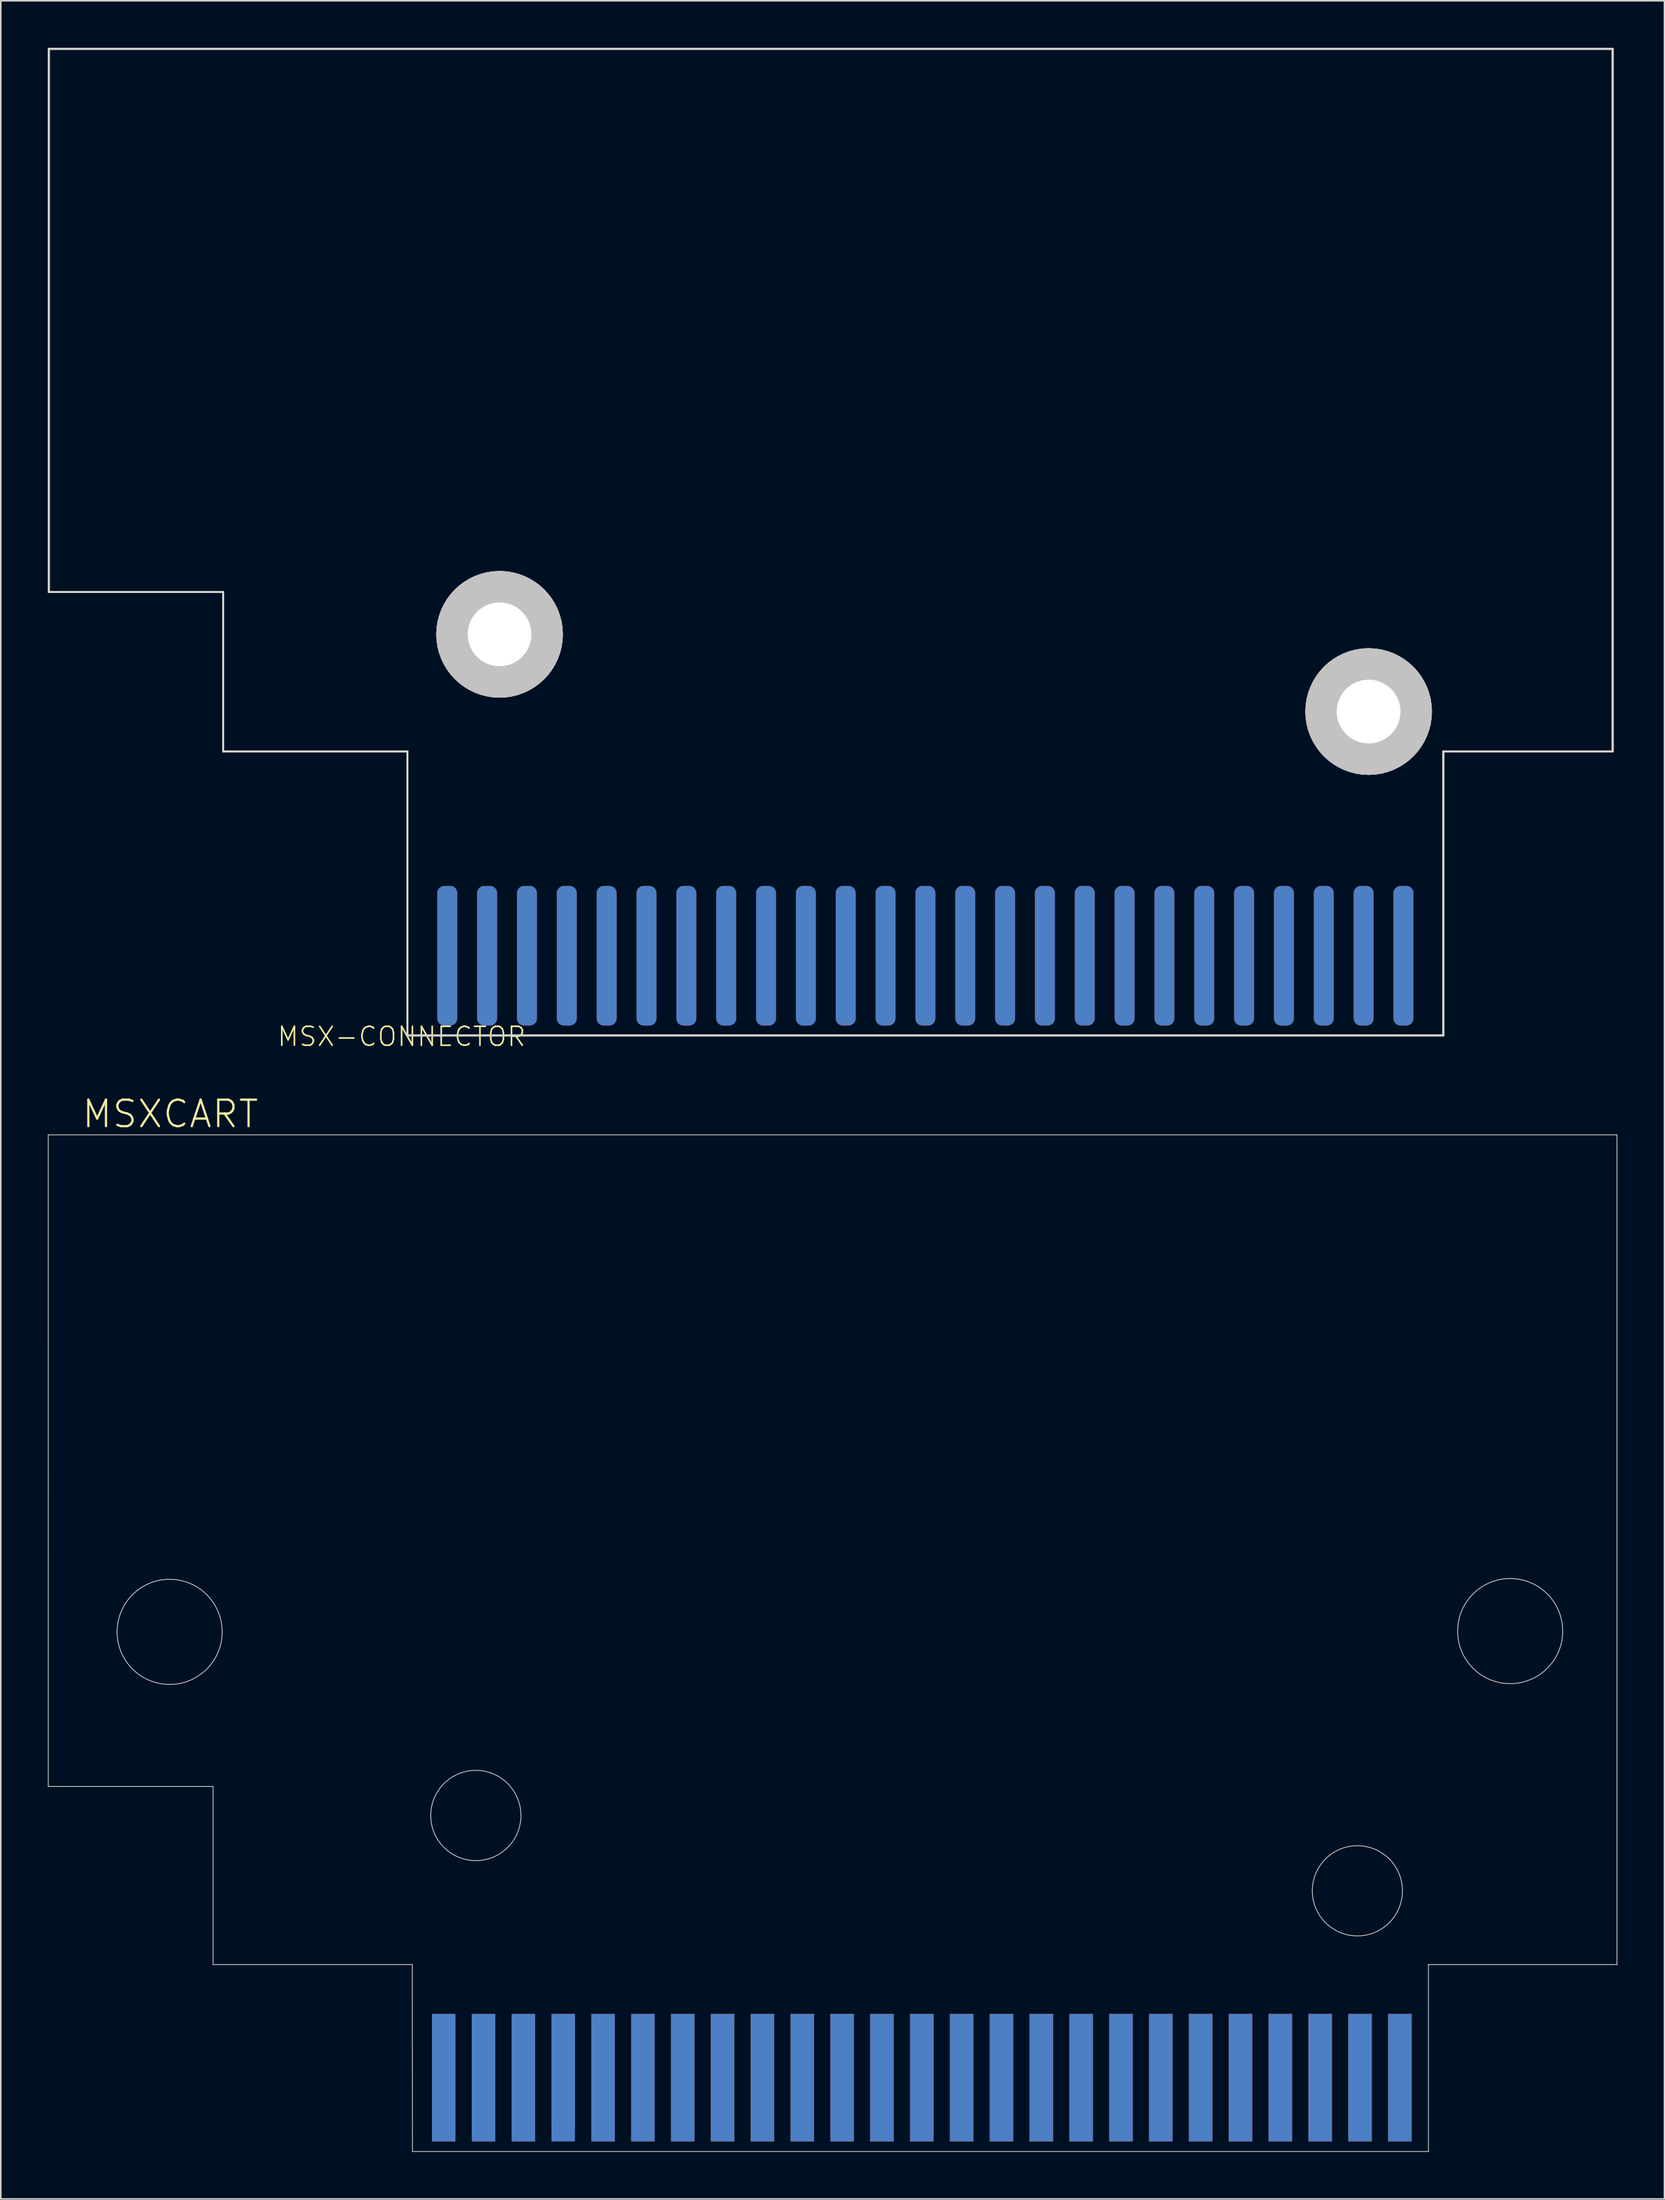
<source format=kicad_pcb>
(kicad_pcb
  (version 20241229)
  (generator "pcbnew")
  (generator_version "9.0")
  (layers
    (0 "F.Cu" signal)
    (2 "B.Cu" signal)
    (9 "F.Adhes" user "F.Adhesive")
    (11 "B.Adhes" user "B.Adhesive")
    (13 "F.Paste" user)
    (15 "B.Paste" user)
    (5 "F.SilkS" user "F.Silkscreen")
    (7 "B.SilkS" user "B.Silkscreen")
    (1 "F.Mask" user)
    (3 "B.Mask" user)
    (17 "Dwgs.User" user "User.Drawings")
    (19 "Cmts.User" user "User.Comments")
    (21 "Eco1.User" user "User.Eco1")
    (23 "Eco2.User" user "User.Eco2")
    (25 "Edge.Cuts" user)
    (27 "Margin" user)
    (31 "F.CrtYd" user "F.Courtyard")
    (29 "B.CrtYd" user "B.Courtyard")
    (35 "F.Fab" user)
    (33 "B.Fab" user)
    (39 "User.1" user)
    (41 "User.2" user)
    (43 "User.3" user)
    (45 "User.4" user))
  (footprint "MSX-CONNECTOR"
    (layer "F.Cu")
    (at 55.944 61.023)
    (property "Reference" "MSX-CONNECTOR" (at -25.4 1.27 0) (layer "F.SilkS") (effects (font (size 1.206 1.206) (thickness 0.102)) (justify right top)))
    (attr through_hole)
    (fp_circle (center -27.146 -23.654) (end -26.922 -23.654) (stroke (width 3.81) (type solid)) (fill no) (layer "Dwgs.User"))
    (fp_circle (center -27.146 -23.654) (end -26.922 -23.654) (stroke (width 3.81) (type solid)) (fill no) (layer "Dwgs.User"))
    (fp_circle (center -27.146 -23.654) (end -26.922 -23.654) (stroke (width 3.81) (type solid)) (fill no) (layer "Dwgs.User"))
    (fp_circle (center -27.146 -23.654) (end -25.138 -23.654) (stroke (width 0.127) (type solid)) (fill no) (layer "Dwgs.User"))
    (fp_circle (center 28.258 -18.733) (end 28.482 -18.733) (stroke (width 3.81) (type solid)) (fill no) (layer "Dwgs.User"))
    (fp_circle (center 28.258 -18.733) (end 28.482 -18.733) (stroke (width 3.81) (type solid)) (fill no) (layer "Dwgs.User"))
    (fp_circle (center 28.258 -18.733) (end 28.482 -18.733) (stroke (width 3.81) (type solid)) (fill no) (layer "Dwgs.User"))
    (fp_circle (center 28.258 -18.733) (end 30.266 -18.733) (stroke (width 0.127) (type solid)) (fill no) (layer "Dwgs.User"))
    (fp_line (start -55.88 -60.96) (end -55.88 -26.352) (stroke (width 0.127) (type solid)) (layer "Edge.Cuts"))
    (fp_line (start -55.88 -60.96) (end -55.88 -26.352) (stroke (width 0.127) (type solid)) (layer "Edge.Cuts"))
    (fp_line (start -55.88 -26.352) (end -44.767 -26.352) (stroke (width 0.127) (type solid)) (layer "Edge.Cuts"))
    (fp_line (start -44.767 -26.352) (end -55.88 -26.352) (stroke (width 0.127) (type solid)) (layer "Edge.Cuts"))
    (fp_line (start -44.767 -26.352) (end -44.767 -16.192) (stroke (width 0.127) (type solid)) (layer "Edge.Cuts"))
    (fp_line (start -44.767 -16.192) (end -44.767 -26.352) (stroke (width 0.127) (type solid)) (layer "Edge.Cuts"))
    (fp_line (start -44.767 -16.192) (end -33.02 -16.192) (stroke (width 0.127) (type solid)) (layer "Edge.Cuts"))
    (fp_line (start -33.02 -16.192) (end -44.767 -16.192) (stroke (width 0.127) (type solid)) (layer "Edge.Cuts"))
    (fp_line (start -33.02 -16.192) (end -33.02 1.905) (stroke (width 0.127) (type solid)) (layer "Edge.Cuts"))
    (fp_line (start -33.02 1.905) (end -33.02 -16.192) (stroke (width 0.127) (type solid)) (layer "Edge.Cuts"))
    (fp_line (start -33.02 1.905) (end 33.02 1.905) (stroke (width 0.127) (type solid)) (layer "Edge.Cuts"))
    (fp_line (start 33.02 -16.192) (end 43.815 -16.192) (stroke (width 0.127) (type solid)) (layer "Edge.Cuts"))
    (fp_line (start 33.02 -16.192) (end 43.815 -16.192) (stroke (width 0.127) (type solid)) (layer "Edge.Cuts"))
    (fp_line (start 33.02 1.905) (end -33.02 1.905) (stroke (width 0.127) (type solid)) (layer "Edge.Cuts"))
    (fp_line (start 33.02 1.905) (end 33.02 -16.192) (stroke (width 0.127) (type solid)) (layer "Edge.Cuts"))
    (fp_line (start 33.02 1.905) (end 33.02 -16.192) (stroke (width 0.127) (type solid)) (layer "Edge.Cuts"))
    (fp_line (start 43.815 -60.96) (end -55.88 -60.96) (stroke (width 0.127) (type solid)) (layer "Edge.Cuts"))
    (fp_line (start 43.815 -60.96) (end -55.88 -60.96) (stroke (width 0.127) (type solid)) (layer "Edge.Cuts"))
    (fp_line (start 43.815 -16.192) (end 43.815 -60.96) (stroke (width 0.127) (type solid)) (layer "Edge.Cuts"))
    (fp_line (start 43.815 -16.192) (end 43.815 -60.96) (stroke (width 0.127) (type solid)) (layer "Edge.Cuts"))
    (pad "" np_thru_hole circle (at -27.146 -23.654) (size 4.064 4.064) (drill 4.064) (layers "*.Cu" "*.Mask"))
    (pad "" np_thru_hole circle (at 28.258 -18.733) (size 4.064 4.064) (drill 4.064) (layers "*.Cu" "*.Mask"))
    (pad "1" smd roundrect (at 30.48 -3.175 90) (size 8.89 1.27) (layers "B.Cu" "B.Mask" "B.Paste") (roundrect_rratio 0.35))
    (pad "2" smd roundrect (at 30.48 -3.175 90) (size 8.89 1.27) (layers "F.Cu" "F.Mask" "F.Paste") (roundrect_rratio 0.35))
    (pad "3" smd roundrect (at 27.94 -3.175 90) (size 8.89 1.27) (layers "B.Cu" "B.Mask" "B.Paste") (roundrect_rratio 0.35))
    (pad "4" smd roundrect (at 27.94 -3.175 90) (size 8.89 1.27) (layers "F.Cu" "F.Mask" "F.Paste") (roundrect_rratio 0.35))
    (pad "5" smd roundrect (at 25.4 -3.175 90) (size 8.89 1.27) (layers "B.Cu" "B.Mask" "B.Paste") (roundrect_rratio 0.35))
    (pad "6" smd roundrect (at 25.4 -3.175 90) (size 8.89 1.27) (layers "F.Cu" "F.Mask" "F.Paste") (roundrect_rratio 0.35))
    (pad "7" smd roundrect (at 22.86 -3.175 90) (size 8.89 1.27) (layers "B.Cu" "B.Mask" "B.Paste") (roundrect_rratio 0.35))
    (pad "8" smd roundrect (at 22.86 -3.175 90) (size 8.89 1.27) (layers "F.Cu" "F.Mask" "F.Paste") (roundrect_rratio 0.35))
    (pad "9" smd roundrect (at 20.32 -3.175 90) (size 8.89 1.27) (layers "B.Cu" "B.Mask" "B.Paste") (roundrect_rratio 0.35))
    (pad "10" smd roundrect (at 20.32 -3.175 90) (size 8.89 1.27) (layers "F.Cu" "F.Mask" "F.Paste") (roundrect_rratio 0.35))
    (pad "11" smd roundrect (at 17.78 -3.175 90) (size 8.89 1.27) (layers "B.Cu" "B.Mask" "B.Paste") (roundrect_rratio 0.35))
    (pad "12" smd roundrect (at 17.78 -3.175 90) (size 8.89 1.27) (layers "F.Cu" "F.Mask" "F.Paste") (roundrect_rratio 0.35))
    (pad "13" smd roundrect (at 15.24 -3.175 90) (size 8.89 1.27) (layers "B.Cu" "B.Mask" "B.Paste") (roundrect_rratio 0.35))
    (pad "14" smd roundrect (at 15.24 -3.175 90) (size 8.89 1.27) (layers "F.Cu" "F.Mask" "F.Paste") (roundrect_rratio 0.35))
    (pad "15" smd roundrect (at 12.7 -3.175 90) (size 8.89 1.27) (layers "B.Cu" "B.Mask" "B.Paste") (roundrect_rratio 0.35))
    (pad "16" smd roundrect (at 12.7 -3.175 90) (size 8.89 1.27) (layers "F.Cu" "F.Mask" "F.Paste") (roundrect_rratio 0.35))
    (pad "17" smd roundrect (at 10.16 -3.175 90) (size 8.89 1.27) (layers "B.Cu" "B.Mask" "B.Paste") (roundrect_rratio 0.35))
    (pad "18" smd roundrect (at 10.16 -3.175 270) (size 8.89 1.27) (layers "F.Cu" "F.Mask" "F.Paste") (roundrect_rratio 0.35))
    (pad "19" smd roundrect (at 7.62 -3.175 90) (size 8.89 1.27) (layers "B.Cu" "B.Mask" "B.Paste") (roundrect_rratio 0.35))
    (pad "20" smd roundrect (at 7.62 -3.175 270) (size 8.89 1.27) (layers "F.Cu" "F.Mask" "F.Paste") (roundrect_rratio 0.35))
    (pad "21" smd roundrect (at 5.08 -3.175 90) (size 8.89 1.27) (layers "B.Cu" "B.Mask" "B.Paste") (roundrect_rratio 0.35))
    (pad "22" smd roundrect (at 5.08 -3.175 270) (size 8.89 1.27) (layers "F.Cu" "F.Mask" "F.Paste") (roundrect_rratio 0.35))
    (pad "23" smd roundrect (at 2.54 -3.175 90) (size 8.89 1.27) (layers "B.Cu" "B.Mask" "B.Paste") (roundrect_rratio 0.35))
    (pad "24" smd roundrect (at 2.54 -3.175 270) (size 8.89 1.27) (layers "F.Cu" "F.Mask" "F.Paste") (roundrect_rratio 0.35))
    (pad "25" smd roundrect (at 0 -3.175 90) (size 8.89 1.27) (layers "B.Cu" "B.Mask" "B.Paste") (roundrect_rratio 0.35))
    (pad "26" smd roundrect (at 0 -3.175 270) (size 8.89 1.27) (layers "F.Cu" "F.Mask" "F.Paste") (roundrect_rratio 0.35))
    (pad "27" smd roundrect (at -2.54 -3.175 90) (size 8.89 1.27) (layers "B.Cu" "B.Mask" "B.Paste") (roundrect_rratio 0.35))
    (pad "28" smd roundrect (at -2.54 -3.175 270) (size 8.89 1.27) (layers "F.Cu" "F.Mask" "F.Paste") (roundrect_rratio 0.35))
    (pad "29" smd roundrect (at -5.08 -3.175 90) (size 8.89 1.27) (layers "B.Cu" "B.Mask" "B.Paste") (roundrect_rratio 0.35))
    (pad "30" smd roundrect (at -5.08 -3.175 270) (size 8.89 1.27) (layers "F.Cu" "F.Mask" "F.Paste") (roundrect_rratio 0.35))
    (pad "31" smd roundrect (at -7.62 -3.175 90) (size 8.89 1.27) (layers "B.Cu" "B.Mask" "B.Paste") (roundrect_rratio 0.35))
    (pad "32" smd roundrect (at -7.62 -3.175 270) (size 8.89 1.27) (layers "F.Cu" "F.Mask" "F.Paste") (roundrect_rratio 0.35))
    (pad "33" smd roundrect (at -10.16 -3.175 90) (size 8.89 1.27) (layers "B.Cu" "B.Mask" "B.Paste") (roundrect_rratio 0.35))
    (pad "34" smd roundrect (at -10.16 -3.175 270) (size 8.89 1.27) (layers "F.Cu" "F.Mask" "F.Paste") (roundrect_rratio 0.35))
    (pad "35" smd roundrect (at -12.7 -3.175 90) (size 8.89 1.27) (layers "B.Cu" "B.Mask" "B.Paste") (roundrect_rratio 0.35))
    (pad "36" smd roundrect (at -12.7 -3.175 270) (size 8.89 1.27) (layers "F.Cu" "F.Mask" "F.Paste") (roundrect_rratio 0.35))
    (pad "37" smd roundrect (at -15.24 -3.175 90) (size 8.89 1.27) (layers "B.Cu" "B.Mask" "B.Paste") (roundrect_rratio 0.35))
    (pad "38" smd roundrect (at -15.24 -3.175 90) (size 8.89 1.27) (layers "F.Cu" "F.Mask" "F.Paste") (roundrect_rratio 0.35))
    (pad "39" smd roundrect (at -17.78 -3.175 90) (size 8.89 1.27) (layers "B.Cu" "B.Mask" "B.Paste") (roundrect_rratio 0.35))
    (pad "40" smd roundrect (at -17.78 -3.175 90) (size 8.89 1.27) (layers "F.Cu" "F.Mask" "F.Paste") (roundrect_rratio 0.35))
    (pad "41" smd roundrect (at -20.32 -3.175 90) (size 8.89 1.27) (layers "B.Cu" "B.Mask" "B.Paste") (roundrect_rratio 0.35))
    (pad "42" smd roundrect (at -20.32 -3.175 90) (size 8.89 1.27) (layers "F.Cu" "F.Mask" "F.Paste") (roundrect_rratio 0.35))
    (pad "43" smd roundrect (at -22.86 -3.175 90) (size 8.89 1.27) (layers "B.Cu" "B.Mask" "B.Paste") (roundrect_rratio 0.35))
    (pad "44" smd roundrect (at -22.86 -3.175 90) (size 8.89 1.27) (layers "F.Cu" "F.Mask" "F.Paste") (roundrect_rratio 0.35))
    (pad "45" smd roundrect (at -25.4 -3.175 90) (size 8.89 1.27) (layers "B.Cu" "B.Mask" "B.Paste") (roundrect_rratio 0.35))
    (pad "46" smd roundrect (at -25.4 -3.175 90) (size 8.89 1.27) (layers "F.Cu" "F.Mask" "F.Paste") (roundrect_rratio 0.35))
    (pad "47" smd roundrect (at -27.94 -3.175 90) (size 8.89 1.27) (layers "B.Cu" "B.Mask" "B.Paste") (roundrect_rratio 0.35))
    (pad "48" smd roundrect (at -27.94 -3.175 90) (size 8.89 1.27) (layers "F.Cu" "F.Mask" "F.Paste") (roundrect_rratio 0.35))
    (pad "49" smd roundrect (at -30.48 -3.175 90) (size 8.89 1.27) (layers "B.Cu" "B.Mask" "B.Paste") (roundrect_rratio 0.35))
    (pad "50" smd roundrect (at -30.48 -3.175 90) (size 8.89 1.27) (layers "F.Cu" "F.Mask" "F.Paste") (roundrect_rratio 0.35)))
  (footprint "MSXCART"
    (layer "F.Cu")
    (at 55.715 129.041)
    (property "Reference" "MSXCART" (at -53.63 -60.12 0) (layer "F.SilkS") (effects (font (size 1.689 1.689) (thickness 0.142)) (justify left bottom)))
    (attr through_hole)
    (fp_line (start -55.69 -59.78) (end 44.32 -59.78) (stroke (width 0.05) (type solid)) (layer "Edge.Cuts"))
    (fp_line (start -55.686 -18.261) (end -55.69 -59.78) (stroke (width 0.05) (type solid)) (layer "Edge.Cuts"))
    (fp_line (start -45.18 -18.261) (end -55.686 -18.261) (stroke (width 0.05) (type solid)) (layer "Edge.Cuts"))
    (fp_line (start -45.18 -6.91) (end -45.18 -18.261) (stroke (width 0.05) (type solid)) (layer "Edge.Cuts"))
    (fp_line (start -32.48 -6.91) (end -45.18 -6.91) (stroke (width 0.05) (type solid)) (layer "Edge.Cuts"))
    (fp_line (start -32.47 5) (end -32.48 -6.91) (stroke (width 0.05) (type solid)) (layer "Edge.Cuts"))
    (fp_line (start 32.3 -6.91) (end 32.3 5) (stroke (width 0.05) (type solid)) (layer "Edge.Cuts"))
    (fp_line (start 32.3 5) (end -32.47 5) (stroke (width 0.05) (type solid)) (layer "Edge.Cuts"))
    (fp_line (start 44.32 -59.78) (end 44.32 -6.91) (stroke (width 0.05) (type solid)) (layer "Edge.Cuts"))
    (fp_line (start 44.32 -6.91) (end 32.3 -6.91) (stroke (width 0.05) (type solid)) (layer "Edge.Cuts"))
    (fp_circle (center -47.95 -28.11) (end -44.601 -28.11) (stroke (width 0.05) (type solid)) (fill no) (layer "Edge.Cuts"))
    (fp_circle (center -28.43 -16.41) (end -26.58 -14.21) (stroke (width 0.05) (type solid)) (fill no) (layer "Edge.Cuts"))
    (fp_circle (center 27.77 -11.61) (end 30.22 -10.11) (stroke (width 0.05) (type solid)) (fill no) (layer "Edge.Cuts"))
    (fp_circle (center 37.511 -28.16) (end 40.86 -28.16) (stroke (width 0.05) (type solid)) (fill no) (layer "Edge.Cuts"))
    (pad "1" smd rect (at 30.48 0.297) (size 1.499 8.128) (layers "B.Cu" "B.Mask"))
    (pad "2" smd rect (at 30.48 0.297) (size 1.499 8.128) (layers "F.Cu" "F.Mask"))
    (pad "3" smd rect (at 27.94 0.297) (size 1.499 8.128) (layers "B.Cu" "B.Mask"))
    (pad "4" smd rect (at 27.94 0.297) (size 1.499 8.128) (layers "F.Cu" "F.Mask"))
    (pad "5" smd rect (at 25.4 0.297) (size 1.499 8.128) (layers "B.Cu" "B.Mask"))
    (pad "6" smd rect (at 25.4 0.297) (size 1.499 8.128) (layers "F.Cu" "F.Mask"))
    (pad "7" smd rect (at 22.86 0.297) (size 1.499 8.128) (layers "B.Cu" "B.Mask"))
    (pad "8" smd rect (at 22.86 0.297) (size 1.499 8.128) (layers "F.Cu" "F.Mask"))
    (pad "9" smd rect (at 20.32 0.297) (size 1.499 8.128) (layers "B.Cu" "B.Mask"))
    (pad "10" smd rect (at 20.32 0.297) (size 1.499 8.128) (layers "F.Cu" "F.Mask"))
    (pad "11" smd rect (at 17.78 0.297) (size 1.499 8.128) (layers "B.Cu" "B.Mask"))
    (pad "12" smd rect (at 17.78 0.297) (size 1.499 8.128) (layers "F.Cu" "F.Mask"))
    (pad "13" smd rect (at 15.24 0.297) (size 1.499 8.128) (layers "B.Cu" "B.Mask"))
    (pad "14" smd rect (at 15.24 0.297) (size 1.499 8.128) (layers "F.Cu" "F.Mask"))
    (pad "15" smd rect (at 12.7 0.297) (size 1.499 8.128) (layers "B.Cu" "B.Mask"))
    (pad "16" smd rect (at 12.7 0.297) (size 1.499 8.128) (layers "F.Cu" "F.Mask"))
    (pad "17" smd rect (at 10.16 0.297) (size 1.499 8.128) (layers "B.Cu" "B.Mask"))
    (pad "18" smd rect (at 10.16 0.297) (size 1.499 8.128) (layers "F.Cu" "F.Mask"))
    (pad "19" smd rect (at 7.62 0.297) (size 1.499 8.128) (layers "B.Cu" "B.Mask"))
    (pad "20" smd rect (at 7.62 0.297) (size 1.499 8.128) (layers "F.Cu" "F.Mask"))
    (pad "21" smd rect (at 5.08 0.297) (size 1.499 8.128) (layers "B.Cu" "B.Mask"))
    (pad "22" smd rect (at 5.08 0.297) (size 1.499 8.128) (layers "F.Cu" "F.Mask"))
    (pad "23" smd rect (at 2.54 0.297) (size 1.499 8.128) (layers "B.Cu" "B.Mask"))
    (pad "24" smd rect (at 2.54 0.297) (size 1.499 8.128) (layers "F.Cu" "F.Mask"))
    (pad "25" smd rect (at 0 0.297) (size 1.499 8.128) (layers "B.Cu" "B.Mask"))
    (pad "26" smd rect (at 0 0.297) (size 1.499 8.128) (layers "F.Cu" "F.Mask"))
    (pad "27" smd rect (at -2.54 0.297) (size 1.499 8.128) (layers "B.Cu" "B.Mask"))
    (pad "28" smd rect (at -2.54 0.297) (size 1.499 8.128) (layers "F.Cu" "F.Mask"))
    (pad "29" smd rect (at -5.08 0.297) (size 1.499 8.128) (layers "B.Cu" "B.Mask"))
    (pad "30" smd rect (at -5.08 0.297) (size 1.499 8.128) (layers "F.Cu" "F.Mask"))
    (pad "31" smd rect (at -7.62 0.297) (size 1.499 8.128) (layers "B.Cu" "B.Mask"))
    (pad "32" smd rect (at -7.62 0.297) (size 1.499 8.128) (layers "F.Cu" "F.Mask"))
    (pad "33" smd rect (at -10.16 0.297) (size 1.499 8.128) (layers "B.Cu" "B.Mask"))
    (pad "34" smd rect (at -10.16 0.297) (size 1.499 8.128) (layers "F.Cu" "F.Mask"))
    (pad "35" smd rect (at -12.7 0.297) (size 1.499 8.128) (layers "B.Cu" "B.Mask"))
    (pad "36" smd rect (at -12.7 0.297) (size 1.499 8.128) (layers "F.Cu" "F.Mask"))
    (pad "37" smd rect (at -15.24 0.297) (size 1.499 8.128) (layers "B.Cu" "B.Mask"))
    (pad "38" smd rect (at -15.24 0.297) (size 1.499 8.128) (layers "F.Cu" "F.Mask"))
    (pad "39" smd rect (at -17.78 0.297) (size 1.499 8.128) (layers "B.Cu" "B.Mask"))
    (pad "40" smd rect (at -17.78 0.297) (size 1.499 8.128) (layers "F.Cu" "F.Mask"))
    (pad "41" smd rect (at -20.32 0.297) (size 1.499 8.128) (layers "B.Cu" "B.Mask"))
    (pad "42" smd rect (at -20.32 0.297) (size 1.499 8.128) (layers "F.Cu" "F.Mask"))
    (pad "43" smd rect (at -22.86 0.297) (size 1.499 8.128) (layers "B.Cu" "B.Mask"))
    (pad "44" smd rect (at -22.86 -0.203) (size 1.499 7.137) (layers "F.Cu" "F.Mask"))
    (pad "45" smd rect (at -25.4 0.297) (size 1.499 8.128) (layers "B.Cu" "B.Mask"))
    (pad "46" smd rect (at -25.4 0.297) (size 1.499 8.128) (layers "F.Cu" "F.Mask"))
    (pad "47" smd rect (at -27.94 0.297) (size 1.499 8.128) (layers "B.Cu" "B.Mask"))
    (pad "48" smd rect (at -27.94 0.297) (size 1.499 8.128) (layers "F.Cu" "F.Mask"))
    (pad "49" smd rect (at -30.48 0.297) (size 1.499 8.128) (layers "B.Cu" "B.Mask"))
    (pad "50" smd rect (at -30.48 0.297) (size 1.499 8.128) (layers "F.Cu" "F.Mask")))
  (gr_rect
    (start -3 -3)
    (end 103.06 137.066)
    (stroke (width 0.1) (type default))
    (fill no)
    (layer "Edge.Cuts")))
</source>
